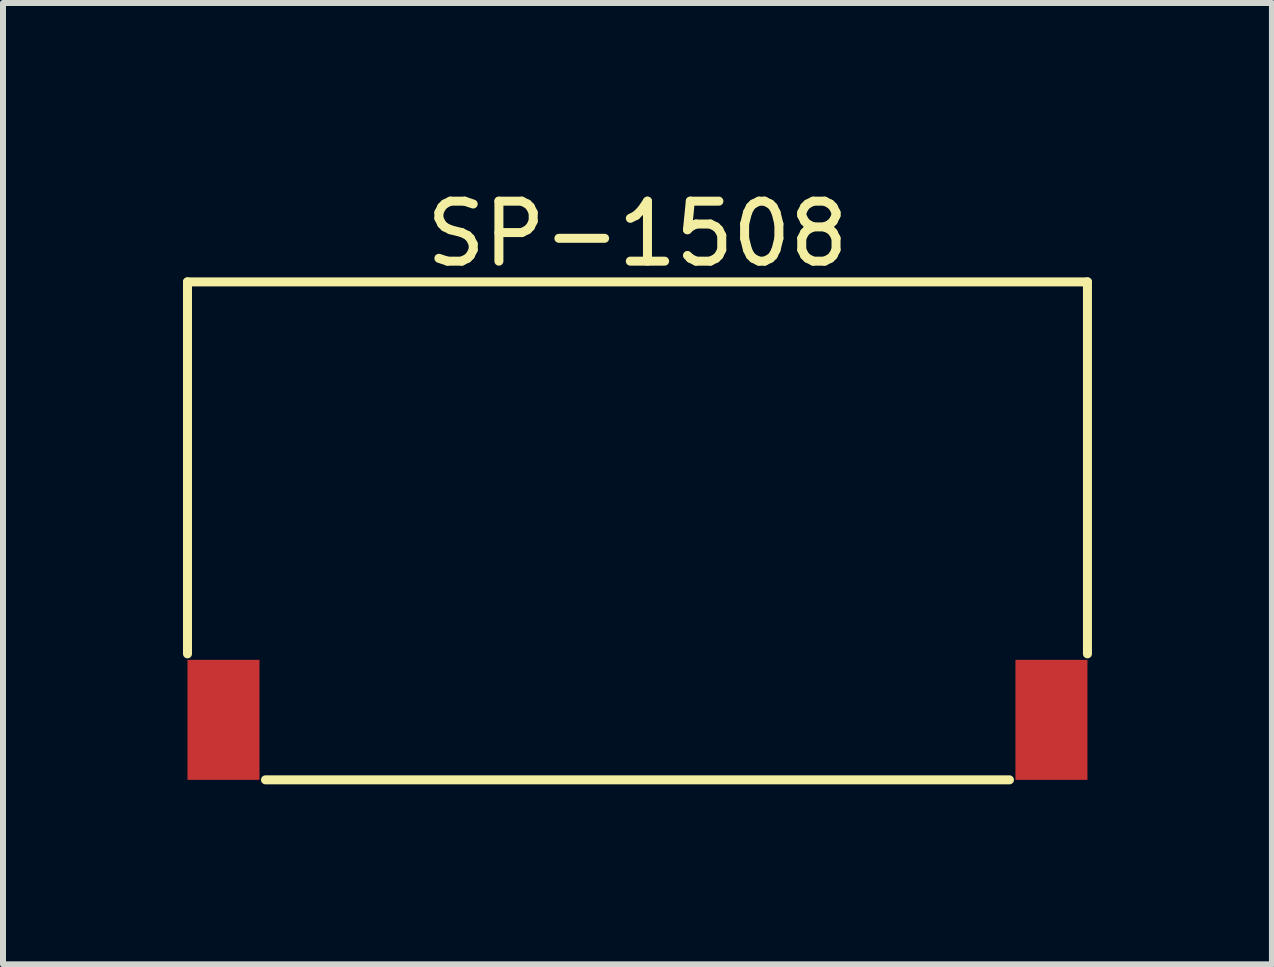
<source format=kicad_pcb>
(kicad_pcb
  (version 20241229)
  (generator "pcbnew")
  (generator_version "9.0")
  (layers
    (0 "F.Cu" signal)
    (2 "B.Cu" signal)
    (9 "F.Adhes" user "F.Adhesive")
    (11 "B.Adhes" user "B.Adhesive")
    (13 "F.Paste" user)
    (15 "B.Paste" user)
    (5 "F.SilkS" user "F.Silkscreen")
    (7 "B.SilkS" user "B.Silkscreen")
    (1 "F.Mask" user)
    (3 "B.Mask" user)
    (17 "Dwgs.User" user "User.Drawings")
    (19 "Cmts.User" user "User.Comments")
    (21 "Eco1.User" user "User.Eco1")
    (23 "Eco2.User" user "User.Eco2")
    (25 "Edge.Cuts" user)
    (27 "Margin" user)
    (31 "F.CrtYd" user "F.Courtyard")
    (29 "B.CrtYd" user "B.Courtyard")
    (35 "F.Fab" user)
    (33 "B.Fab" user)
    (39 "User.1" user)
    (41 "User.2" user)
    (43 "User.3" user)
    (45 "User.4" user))
  (footprint "SP-1508"
    (layer "F.Cu")
    (at 7.575 5.848)
    (property "Reference" "SP-1508" (at 0 -5 0) (layer "F.SilkS") (effects (font (size 1 1) (thickness 0.15))))
    (attr through_hole)
    (fp_line (start -7.5 -4.2) (end -7.5 2) (stroke (width 0.15) (type solid)) (layer "F.SilkS"))
    (fp_line (start -6.2 4.1) (end 6.2 4.1) (stroke (width 0.15) (type solid)) (layer "F.SilkS"))
    (fp_line (start 7.5 -4.2) (end -7.5 -4.2) (stroke (width 0.15) (type solid)) (layer "F.SilkS"))
    (fp_line (start 7.5 2) (end 7.5 -4.2) (stroke (width 0.15) (type solid)) (layer "F.SilkS"))
    (pad "1" smd rect (at -6.9 3.1) (size 1.2 2) (layers "F.Cu" "F.Mask" "F.Paste"))
    (pad "2" smd rect (at 6.9 3.1) (size 1.2 2) (layers "F.Cu" "F.Mask" "F.Paste")))
  (gr_rect
    (start -3 -3)
    (end 18.15 13.023)
    (stroke (width 0.1) (type default))
    (fill no)
    (layer "Edge.Cuts")))
</source>
